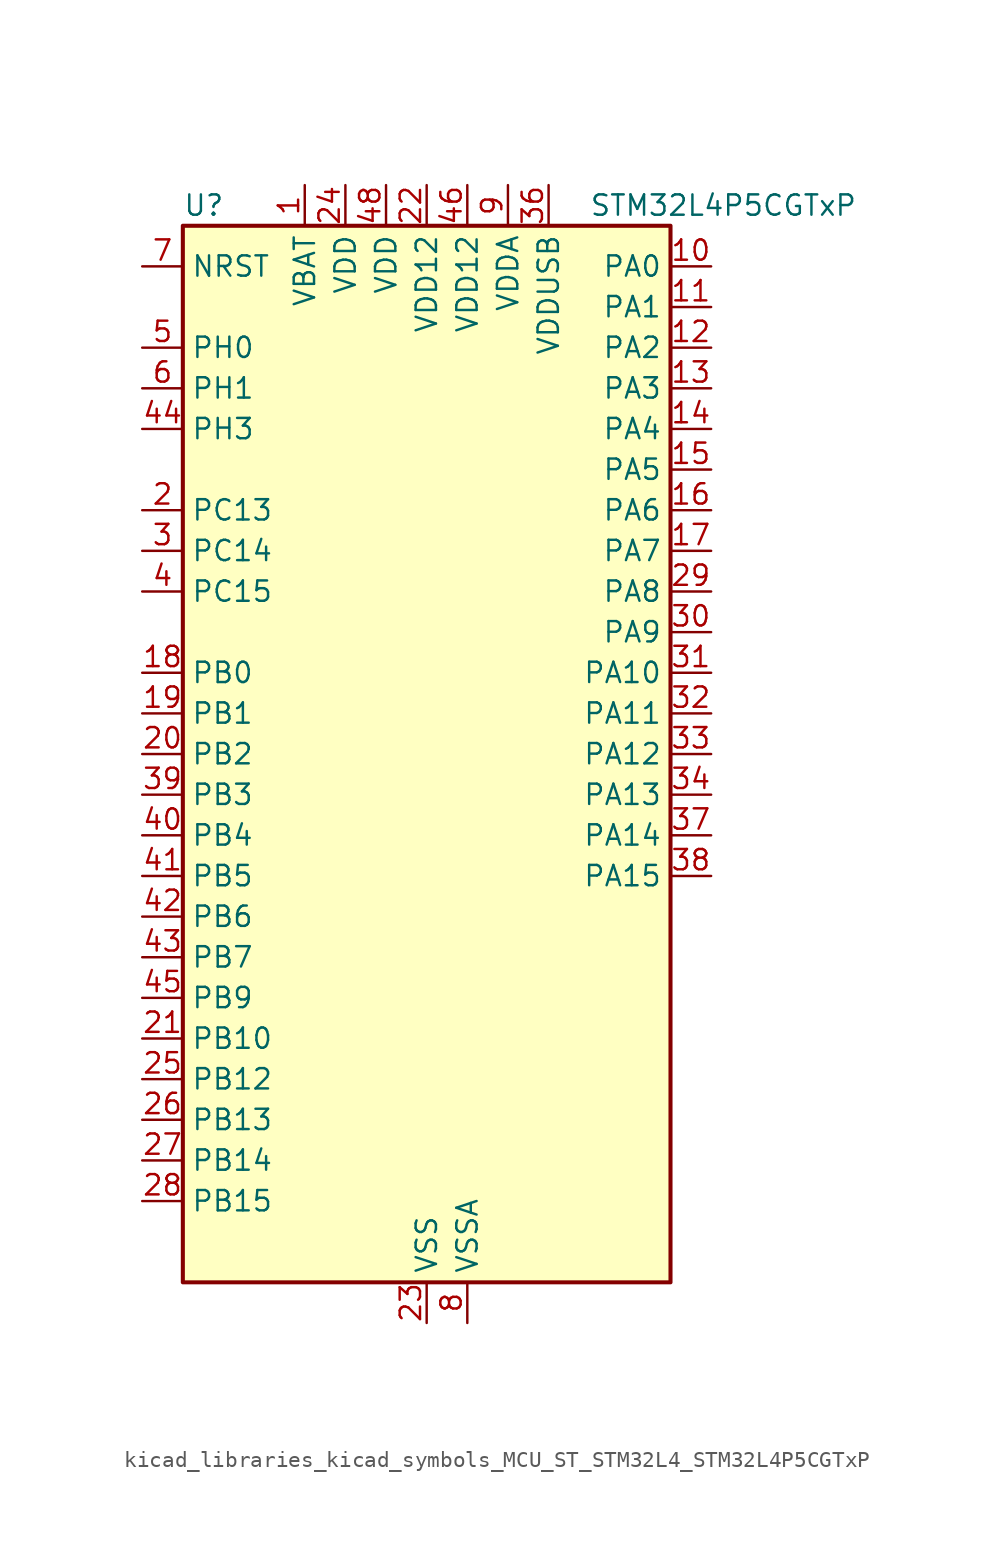
<source format=kicad_sym>
(kicad_symbol_lib
  (version 20220914)
  (generator kicad_symbol_editor)
  (symbol "kicad_libraries_kicad_symbols_MCU_ST_STM32L4_STM32L4P5CGTxP"
    (property "Reference" "U"
      (at -15.24 34.29 0)
      (effects (font (size 1.27 1.27)) (justify left)))
    (property "Value" "STM32L4P5CGTxP"
      (at 10.16 34.29 0)
      (effects (font (size 1.27 1.27)) (justify left)))
    (property "ki_locked" ""
      (at 0 0 0)
      (effects (font (size 1.27 1.27))))
    (symbol "kicad_libraries_kicad_symbols_MCU_ST_STM32L4_STM32L4P5CGTxP_0_1"
      (rectangle (start -15.24 -33.02) (end 15.24 33.02) (stroke (width 0.254) (type default)) (fill (type background))))
    (symbol "kicad_libraries_kicad_symbols_MCU_ST_STM32L4_STM32L4P5CGTxP_1_1"
      (pin power_in line (at -7.62 35.56 270) (length 2.54) (name "VBAT" (effects (font (size 1.27 1.27)))) (number "1" (effects (font (size 1.27 1.27)))))
      (pin bidirectional line (at 17.78 30.48 180) (length 2.54) (name "PA0" (effects (font (size 1.27 1.27)))) (number "10" (effects (font (size 1.27 1.27)))) (alternate "ADC1_IN5" bidirectional line) (alternate "ADC2_IN5" bidirectional line) (alternate "OPAMP1_VINP" bidirectional line) (alternate "RTC_TAMP2" bidirectional line) (alternate "SAI1_EXTCLK" bidirectional line) (alternate "SYS_WKUP1" bidirectional line) (alternate "TIM2_CH1" bidirectional line) (alternate "TIM2_ETR" bidirectional line) (alternate "TIM5_CH1" bidirectional line) (alternate "TIM8_ETR" bidirectional line) (alternate "UART4_TX" bidirectional line) (alternate "USART2_CTS" bidirectional line) (alternate "USART2_NSS" bidirectional line))
      (pin bidirectional line (at 17.78 27.94 180) (length 2.54) (name "PA1" (effects (font (size 1.27 1.27)))) (number "11" (effects (font (size 1.27 1.27)))) (alternate "ADC1_IN6" bidirectional line) (alternate "ADC2_IN6" bidirectional line) (alternate "I2C1_SMBA" bidirectional line) (alternate "OCTOSPIM_P1_DQS" bidirectional line) (alternate "OPAMP1_VINM" bidirectional line) (alternate "SDMMC2_CMD" bidirectional line) (alternate "SPI1_SCK" bidirectional line) (alternate "TIM15_CH1N" bidirectional line) (alternate "TIM2_CH2" bidirectional line) (alternate "TIM5_CH2" bidirectional line) (alternate "UART4_RX" bidirectional line) (alternate "USART2_DE" bidirectional line) (alternate "USART2_RTS" bidirectional line))
      (pin bidirectional line (at 17.78 25.4 180) (length 2.54) (name "PA2" (effects (font (size 1.27 1.27)))) (number "12" (effects (font (size 1.27 1.27)))) (alternate "ADC1_IN7" bidirectional line) (alternate "ADC2_IN7" bidirectional line) (alternate "LPUART1_TX" bidirectional line) (alternate "OCTOSPIM_P1_NCS" bidirectional line) (alternate "RCC_LSCO" bidirectional line) (alternate "SAI2_EXTCLK" bidirectional line) (alternate "SYS_WKUP4" bidirectional line) (alternate "TIM15_CH1" bidirectional line) (alternate "TIM2_CH3" bidirectional line) (alternate "TIM5_CH3" bidirectional line) (alternate "USART2_TX" bidirectional line))
      (pin bidirectional line (at 17.78 22.86 180) (length 2.54) (name "PA3" (effects (font (size 1.27 1.27)))) (number "13" (effects (font (size 1.27 1.27)))) (alternate "ADC1_IN8" bidirectional line) (alternate "ADC2_IN8" bidirectional line) (alternate "LPUART1_RX" bidirectional line) (alternate "OCTOSPIM_P1_CLK" bidirectional line) (alternate "OPAMP1_VOUT" bidirectional line) (alternate "SAI1_CK1" bidirectional line) (alternate "SAI1_MCLK_A" bidirectional line) (alternate "TIM15_CH2" bidirectional line) (alternate "TIM2_CH4" bidirectional line) (alternate "TIM5_CH4" bidirectional line) (alternate "USART2_RX" bidirectional line))
      (pin bidirectional line (at 17.78 20.32 180) (length 2.54) (name "PA4" (effects (font (size 1.27 1.27)))) (number "14" (effects (font (size 1.27 1.27)))) (alternate "ADC1_IN9" bidirectional line) (alternate "ADC2_IN9" bidirectional line) (alternate "DAC1_OUT1" bidirectional line) (alternate "LPTIM2_OUT" bidirectional line) (alternate "LTDC_CLK" bidirectional line) (alternate "OCTOSPIM_P1_NCS" bidirectional line) (alternate "SAI1_FS_B" bidirectional line) (alternate "SPI1_NSS" bidirectional line) (alternate "SPI3_NSS" bidirectional line) (alternate "USART2_CK" bidirectional line))
      (pin bidirectional line (at 17.78 17.78 180) (length 2.54) (name "PA5" (effects (font (size 1.27 1.27)))) (number "15" (effects (font (size 1.27 1.27)))) (alternate "ADC1_IN10" bidirectional line) (alternate "ADC2_IN10" bidirectional line) (alternate "DAC1_OUT2" bidirectional line) (alternate "LPTIM2_ETR" bidirectional line) (alternate "LTDC_R7" bidirectional line) (alternate "SPI1_SCK" bidirectional line) (alternate "TIM2_CH1" bidirectional line) (alternate "TIM2_ETR" bidirectional line) (alternate "TIM8_CH1N" bidirectional line))
      (pin bidirectional line (at 17.78 15.24 180) (length 2.54) (name "PA6" (effects (font (size 1.27 1.27)))) (number "16" (effects (font (size 1.27 1.27)))) (alternate "ADC1_IN11" bidirectional line) (alternate "ADC2_IN11" bidirectional line) (alternate "LPUART1_CTS" bidirectional line) (alternate "OCTOSPIM_P1_IO3" bidirectional line) (alternate "OPAMP2_VINP" bidirectional line) (alternate "SPI1_MISO" bidirectional line) (alternate "TIM16_CH1" bidirectional line) (alternate "TIM1_BKIN" bidirectional line) (alternate "TIM3_CH1" bidirectional line) (alternate "TIM8_BKIN" bidirectional line) (alternate "USART3_CTS" bidirectional line) (alternate "USART3_NSS" bidirectional line))
      (pin bidirectional line (at 17.78 12.7 180) (length 2.54) (name "PA7" (effects (font (size 1.27 1.27)))) (number "17" (effects (font (size 1.27 1.27)))) (alternate "ADC1_IN12" bidirectional line) (alternate "ADC2_IN12" bidirectional line) (alternate "I2C3_SCL" bidirectional line) (alternate "OCTOSPIM_P1_IO2" bidirectional line) (alternate "OPAMP2_VINM" bidirectional line) (alternate "SPI1_MOSI" bidirectional line) (alternate "TIM17_CH1" bidirectional line) (alternate "TIM1_CH1N" bidirectional line) (alternate "TIM3_CH2" bidirectional line) (alternate "TIM8_CH1N" bidirectional line))
      (pin bidirectional line (at -17.78 5.08 0) (length 2.54) (name "PB0" (effects (font (size 1.27 1.27)))) (number "18" (effects (font (size 1.27 1.27)))) (alternate "ADC1_IN15" bidirectional line) (alternate "ADC2_IN15" bidirectional line) (alternate "COMP1_OUT" bidirectional line) (alternate "LTDC_B6" bidirectional line) (alternate "OCTOSPIM_P1_IO1" bidirectional line) (alternate "OPAMP2_VOUT" bidirectional line) (alternate "SAI1_EXTCLK" bidirectional line) (alternate "SPI1_NSS" bidirectional line) (alternate "TIM1_CH2N" bidirectional line) (alternate "TIM3_CH3" bidirectional line) (alternate "TIM8_CH2N" bidirectional line) (alternate "USART3_CK" bidirectional line))
      (pin bidirectional line (at -17.78 2.54 0) (length 2.54) (name "PB1" (effects (font (size 1.27 1.27)))) (number "19" (effects (font (size 1.27 1.27)))) (alternate "ADC1_IN16" bidirectional line) (alternate "ADC2_IN16" bidirectional line) (alternate "COMP1_INM" bidirectional line) (alternate "DFSDM1_DATIN0" bidirectional line) (alternate "LPTIM2_IN1" bidirectional line) (alternate "LPUART1_DE" bidirectional line) (alternate "LPUART1_RTS" bidirectional line) (alternate "LTDC_G6" bidirectional line) (alternate "OCTOSPIM_P1_IO0" bidirectional line) (alternate "TIM1_CH3N" bidirectional line) (alternate "TIM3_CH4" bidirectional line) (alternate "TIM8_CH3N" bidirectional line) (alternate "USART3_DE" bidirectional line) (alternate "USART3_RTS" bidirectional line))
      (pin bidirectional line (at -17.78 15.24 0) (length 2.54) (name "PC13" (effects (font (size 1.27 1.27)))) (number "2" (effects (font (size 1.27 1.27)))) (alternate "RTC_OUT1" bidirectional line) (alternate "RTC_TAMP1" bidirectional line) (alternate "RTC_TS" bidirectional line) (alternate "SYS_WKUP2" bidirectional line))
      (pin bidirectional line (at -17.78 0 0) (length 2.54) (name "PB2" (effects (font (size 1.27 1.27)))) (number "20" (effects (font (size 1.27 1.27)))) (alternate "COMP1_INP" bidirectional line) (alternate "DFSDM1_CKIN0" bidirectional line) (alternate "I2C3_SMBA" bidirectional line) (alternate "LPTIM1_OUT" bidirectional line) (alternate "OCTOSPIM_P1_DQS" bidirectional line) (alternate "RTC_OUT2" bidirectional line))
      (pin bidirectional line (at -17.78 -17.78 0) (length 2.54) (name "PB10" (effects (font (size 1.27 1.27)))) (number "21" (effects (font (size 1.27 1.27)))) (alternate "COMP1_OUT" bidirectional line) (alternate "I2C2_SCL" bidirectional line) (alternate "I2C4_SCL" bidirectional line) (alternate "LPUART1_RX" bidirectional line) (alternate "OCTOSPIM_P1_CLK" bidirectional line) (alternate "OCTOSPIM_P1_IO3" bidirectional line) (alternate "SAI1_SCK_A" bidirectional line) (alternate "SPI2_SCK" bidirectional line) (alternate "TIM2_CH3" bidirectional line) (alternate "TSC_SYNC" bidirectional line) (alternate "USART3_TX" bidirectional line))
      (pin power_in line (at 0 35.56 270) (length 2.54) (name "VDD12" (effects (font (size 1.27 1.27)))) (number "22" (effects (font (size 1.27 1.27)))))
      (pin power_in line (at 0 -35.56 90) (length 2.54) (name "VSS" (effects (font (size 1.27 1.27)))) (number "23" (effects (font (size 1.27 1.27)))))
      (pin power_in line (at -5.08 35.56 270) (length 2.54) (name "VDD" (effects (font (size 1.27 1.27)))) (number "24" (effects (font (size 1.27 1.27)))))
      (pin bidirectional line (at -17.78 -20.32 0) (length 2.54) (name "PB12" (effects (font (size 1.27 1.27)))) (number "25" (effects (font (size 1.27 1.27)))) (alternate "DFSDM1_DATIN1" bidirectional line) (alternate "I2C2_SMBA" bidirectional line) (alternate "LPUART1_DE" bidirectional line) (alternate "LPUART1_RTS" bidirectional line) (alternate "OCTOSPIM_P1_NCLK" bidirectional line) (alternate "SAI2_FS_A" bidirectional line) (alternate "SDMMC2_CK" bidirectional line) (alternate "SPI2_NSS" bidirectional line) (alternate "TIM15_BKIN" bidirectional line) (alternate "TIM1_BKIN" bidirectional line) (alternate "TSC_G1_IO1" bidirectional line) (alternate "USART3_CK" bidirectional line))
      (pin bidirectional line (at -17.78 -22.86 0) (length 2.54) (name "PB13" (effects (font (size 1.27 1.27)))) (number "26" (effects (font (size 1.27 1.27)))) (alternate "DFSDM1_CKIN1" bidirectional line) (alternate "I2C2_SCL" bidirectional line) (alternate "LPUART1_CTS" bidirectional line) (alternate "OCTOSPIM_P1_IO1" bidirectional line) (alternate "SAI2_SCK_A" bidirectional line) (alternate "SPI2_SCK" bidirectional line) (alternate "TIM15_CH1N" bidirectional line) (alternate "TIM1_CH1N" bidirectional line) (alternate "TSC_G1_IO2" bidirectional line) (alternate "USART3_CTS" bidirectional line) (alternate "USART3_NSS" bidirectional line))
      (pin bidirectional line (at -17.78 -25.4 0) (length 2.54) (name "PB14" (effects (font (size 1.27 1.27)))) (number "27" (effects (font (size 1.27 1.27)))) (alternate "DFSDM1_DATIN2" bidirectional line) (alternate "I2C2_SDA" bidirectional line) (alternate "OCTOSPIM_P1_IO6" bidirectional line) (alternate "SAI2_MCLK_A" bidirectional line) (alternate "SDMMC2_D0" bidirectional line) (alternate "SPI2_MISO" bidirectional line) (alternate "TIM15_CH1" bidirectional line) (alternate "TIM1_CH2N" bidirectional line) (alternate "TIM8_CH2N" bidirectional line) (alternate "TSC_G1_IO3" bidirectional line) (alternate "USART3_DE" bidirectional line) (alternate "USART3_RTS" bidirectional line))
      (pin bidirectional line (at -17.78 -27.94 0) (length 2.54) (name "PB15" (effects (font (size 1.27 1.27)))) (number "28" (effects (font (size 1.27 1.27)))) (alternate "ADC1_EXTI15" bidirectional line) (alternate "ADC2_EXTI15" bidirectional line) (alternate "DFSDM1_CKIN2" bidirectional line) (alternate "OCTOSPIM_P1_IO7" bidirectional line) (alternate "RTC_REFIN" bidirectional line) (alternate "SAI2_SD_A" bidirectional line) (alternate "SDMMC2_D1" bidirectional line) (alternate "SPI2_MOSI" bidirectional line) (alternate "TIM15_CH2" bidirectional line) (alternate "TIM1_CH3N" bidirectional line) (alternate "TIM8_CH3N" bidirectional line) (alternate "TSC_G1_IO4" bidirectional line))
      (pin bidirectional line (at 17.78 10.16 180) (length 2.54) (name "PA8" (effects (font (size 1.27 1.27)))) (number "29" (effects (font (size 1.27 1.27)))) (alternate "LPTIM2_OUT" bidirectional line) (alternate "LTDC_B7" bidirectional line) (alternate "RCC_MCO" bidirectional line) (alternate "SAI1_CK2" bidirectional line) (alternate "SAI1_SCK_A" bidirectional line) (alternate "TIM1_CH1" bidirectional line) (alternate "USART1_CK" bidirectional line) (alternate "USB_OTG_FS_SOF" bidirectional line))
      (pin bidirectional line (at -17.78 12.7 0) (length 2.54) (name "PC14" (effects (font (size 1.27 1.27)))) (number "3" (effects (font (size 1.27 1.27)))) (alternate "RCC_OSC32_IN" bidirectional line))
      (pin bidirectional line (at 17.78 7.62 180) (length 2.54) (name "PA9" (effects (font (size 1.27 1.27)))) (number "30" (effects (font (size 1.27 1.27)))) (alternate "DAC1_EXTI9" bidirectional line) (alternate "LTDC_G7" bidirectional line) (alternate "SAI1_FS_A" bidirectional line) (alternate "SPI2_SCK" bidirectional line) (alternate "TIM15_BKIN" bidirectional line) (alternate "TIM1_CH2" bidirectional line) (alternate "USART1_TX" bidirectional line) (alternate "USB_OTG_FS_VBUS" bidirectional line))
      (pin bidirectional line (at 17.78 5.08 180) (length 2.54) (name "PA10" (effects (font (size 1.27 1.27)))) (number "31" (effects (font (size 1.27 1.27)))) (alternate "LTDC_G6" bidirectional line) (alternate "SAI1_D1" bidirectional line) (alternate "SAI1_SD_A" bidirectional line) (alternate "TIM17_BKIN" bidirectional line) (alternate "TIM1_CH3" bidirectional line) (alternate "USART1_RX" bidirectional line) (alternate "USB_OTG_FS_ID" bidirectional line))
      (pin bidirectional line (at 17.78 2.54 180) (length 2.54) (name "PA11" (effects (font (size 1.27 1.27)))) (number "32" (effects (font (size 1.27 1.27)))) (alternate "ADC1_EXTI11" bidirectional line) (alternate "ADC2_EXTI11" bidirectional line) (alternate "CAN1_RX" bidirectional line) (alternate "LTDC_DE" bidirectional line) (alternate "SPI1_MISO" bidirectional line) (alternate "TIM1_BKIN2" bidirectional line) (alternate "TIM1_CH4" bidirectional line) (alternate "USART1_CTS" bidirectional line) (alternate "USART1_NSS" bidirectional line) (alternate "USB_OTG_FS_DM" bidirectional line))
      (pin bidirectional line (at 17.78 0 180) (length 2.54) (name "PA12" (effects (font (size 1.27 1.27)))) (number "33" (effects (font (size 1.27 1.27)))) (alternate "CAN1_TX" bidirectional line) (alternate "LTDC_VSYNC" bidirectional line) (alternate "OCTOSPIM_P2_NCS" bidirectional line) (alternate "SPI1_MOSI" bidirectional line) (alternate "TIM1_ETR" bidirectional line) (alternate "USART1_DE" bidirectional line) (alternate "USART1_RTS" bidirectional line) (alternate "USB_OTG_FS_DP" bidirectional line))
      (pin bidirectional line (at 17.78 -2.54 180) (length 2.54) (name "PA13" (effects (font (size 1.27 1.27)))) (number "34" (effects (font (size 1.27 1.27)))) (alternate "IR_OUT" bidirectional line) (alternate "SAI1_SD_B" bidirectional line) (alternate "SYS_JTMS-SWDIO" bidirectional line) (alternate "USB_OTG_FS_NOE" bidirectional line))
      (pin passive line (at 0 -35.56 90) (length 2.54) hide (name "VSS" (effects (font (size 1.27 1.27)))) (number "35" (effects (font (size 1.27 1.27)))))
      (pin power_in line (at 7.62 35.56 270) (length 2.54) (name "VDDUSB" (effects (font (size 1.27 1.27)))) (number "36" (effects (font (size 1.27 1.27)))))
      (pin bidirectional line (at 17.78 -5.08 180) (length 2.54) (name "PA14" (effects (font (size 1.27 1.27)))) (number "37" (effects (font (size 1.27 1.27)))) (alternate "I2C1_SMBA" bidirectional line) (alternate "I2C4_SMBA" bidirectional line) (alternate "LPTIM1_OUT" bidirectional line) (alternate "SAI1_FS_B" bidirectional line) (alternate "SYS_JTCK-SWCLK" bidirectional line) (alternate "USB_OTG_FS_SOF" bidirectional line))
      (pin bidirectional line (at 17.78 -7.62 180) (length 2.54) (name "PA15" (effects (font (size 1.27 1.27)))) (number "38" (effects (font (size 1.27 1.27)))) (alternate "ADC1_EXTI15" bidirectional line) (alternate "ADC2_EXTI15" bidirectional line) (alternate "LTDC_HSYNC" bidirectional line) (alternate "SAI2_FS_B" bidirectional line) (alternate "SPI1_NSS" bidirectional line) (alternate "SPI3_NSS" bidirectional line) (alternate "SYS_JTDI" bidirectional line) (alternate "TIM2_CH1" bidirectional line) (alternate "TIM2_ETR" bidirectional line) (alternate "TSC_G3_IO1" bidirectional line) (alternate "UART4_DE" bidirectional line) (alternate "UART4_RTS" bidirectional line) (alternate "USART2_RX" bidirectional line) (alternate "USART3_DE" bidirectional line) (alternate "USART3_RTS" bidirectional line))
      (pin bidirectional line (at -17.78 -2.54 0) (length 2.54) (name "PB3" (effects (font (size 1.27 1.27)))) (number "39" (effects (font (size 1.27 1.27)))) (alternate "COMP2_INM" bidirectional line) (alternate "CRS_SYNC" bidirectional line) (alternate "OCTOSPIM_P1_IO4" bidirectional line) (alternate "SAI1_SCK_B" bidirectional line) (alternate "SDMMC2_D2" bidirectional line) (alternate "SPI1_SCK" bidirectional line) (alternate "SPI3_SCK" bidirectional line) (alternate "SYS_JTDO-SWO" bidirectional line) (alternate "TIM2_CH2" bidirectional line) (alternate "USART1_DE" bidirectional line) (alternate "USART1_RTS" bidirectional line))
      (pin bidirectional line (at -17.78 10.16 0) (length 2.54) (name "PC15" (effects (font (size 1.27 1.27)))) (number "4" (effects (font (size 1.27 1.27)))) (alternate "ADC1_EXTI15" bidirectional line) (alternate "ADC2_EXTI15" bidirectional line) (alternate "RCC_OSC32_OUT" bidirectional line))
      (pin bidirectional line (at -17.78 -5.08 0) (length 2.54) (name "PB4" (effects (font (size 1.27 1.27)))) (number "40" (effects (font (size 1.27 1.27)))) (alternate "COMP2_INP" bidirectional line) (alternate "I2C3_SDA" bidirectional line) (alternate "OCTOSPIM_P1_IO5" bidirectional line) (alternate "SAI1_MCLK_B" bidirectional line) (alternate "SDMMC2_D3" bidirectional line) (alternate "SPI1_MISO" bidirectional line) (alternate "SPI3_MISO" bidirectional line) (alternate "SYS_JTRST" bidirectional line) (alternate "TIM17_BKIN" bidirectional line) (alternate "TIM3_CH1" bidirectional line) (alternate "TSC_G2_IO1" bidirectional line) (alternate "USART1_CTS" bidirectional line) (alternate "USART1_NSS" bidirectional line))
      (pin bidirectional line (at -17.78 -7.62 0) (length 2.54) (name "PB5" (effects (font (size 1.27 1.27)))) (number "41" (effects (font (size 1.27 1.27)))) (alternate "COMP2_OUT" bidirectional line) (alternate "I2C1_SMBA" bidirectional line) (alternate "LPTIM1_IN1" bidirectional line) (alternate "OCTOSPIM_P1_IO0" bidirectional line) (alternate "SAI1_SD_B" bidirectional line) (alternate "SPI1_MOSI" bidirectional line) (alternate "SPI3_MOSI" bidirectional line) (alternate "TIM16_BKIN" bidirectional line) (alternate "TIM3_CH2" bidirectional line) (alternate "TSC_G2_IO2" bidirectional line) (alternate "USART1_CK" bidirectional line))
      (pin bidirectional line (at -17.78 -10.16 0) (length 2.54) (name "PB6" (effects (font (size 1.27 1.27)))) (number "42" (effects (font (size 1.27 1.27)))) (alternate "COMP2_INP" bidirectional line) (alternate "I2C1_SCL" bidirectional line) (alternate "I2C4_SCL" bidirectional line) (alternate "LPTIM1_ETR" bidirectional line) (alternate "LTDC_R6" bidirectional line) (alternate "SAI1_FS_B" bidirectional line) (alternate "TIM16_CH1N" bidirectional line) (alternate "TIM4_CH1" bidirectional line) (alternate "TIM8_BKIN2" bidirectional line) (alternate "TSC_G2_IO3" bidirectional line) (alternate "USART1_TX" bidirectional line))
      (pin bidirectional line (at -17.78 -12.7 0) (length 2.54) (name "PB7" (effects (font (size 1.27 1.27)))) (number "43" (effects (font (size 1.27 1.27)))) (alternate "COMP2_INM" bidirectional line) (alternate "I2C1_SDA" bidirectional line) (alternate "I2C4_SDA" bidirectional line) (alternate "LPTIM1_IN2" bidirectional line) (alternate "LTDC_VSYNC" bidirectional line) (alternate "SYS_PVD_IN" bidirectional line) (alternate "TIM17_CH1N" bidirectional line) (alternate "TIM4_CH2" bidirectional line) (alternate "TIM8_BKIN" bidirectional line) (alternate "TSC_G2_IO4" bidirectional line) (alternate "UART4_CTS" bidirectional line) (alternate "USART1_RX" bidirectional line))
      (pin bidirectional line (at -17.78 20.32 0) (length 2.54) (name "PH3" (effects (font (size 1.27 1.27)))) (number "44" (effects (font (size 1.27 1.27)))))
      (pin bidirectional line (at -17.78 -15.24 0) (length 2.54) (name "PB9" (effects (font (size 1.27 1.27)))) (number "45" (effects (font (size 1.27 1.27)))) (alternate "CAN1_TX" bidirectional line) (alternate "DAC1_EXTI9" bidirectional line) (alternate "I2C1_SDA" bidirectional line) (alternate "IR_OUT" bidirectional line) (alternate "SAI1_D2" bidirectional line) (alternate "SAI1_FS_A" bidirectional line) (alternate "SDMMC2_D5" bidirectional line) (alternate "SPI2_NSS" bidirectional line) (alternate "TIM17_CH1" bidirectional line) (alternate "TIM4_CH4" bidirectional line))
      (pin power_in line (at 2.54 35.56 270) (length 2.54) (name "VDD12" (effects (font (size 1.27 1.27)))) (number "46" (effects (font (size 1.27 1.27)))))
      (pin passive line (at 0 -35.56 90) (length 2.54) hide (name "VSS" (effects (font (size 1.27 1.27)))) (number "47" (effects (font (size 1.27 1.27)))))
      (pin power_in line (at -2.54 35.56 270) (length 2.54) (name "VDD" (effects (font (size 1.27 1.27)))) (number "48" (effects (font (size 1.27 1.27)))))
      (pin bidirectional line (at -17.78 25.4 0) (length 2.54) (name "PH0" (effects (font (size 1.27 1.27)))) (number "5" (effects (font (size 1.27 1.27)))) (alternate "RCC_OSC_IN" bidirectional line))
      (pin bidirectional line (at -17.78 22.86 0) (length 2.54) (name "PH1" (effects (font (size 1.27 1.27)))) (number "6" (effects (font (size 1.27 1.27)))) (alternate "RCC_OSC_OUT" bidirectional line))
      (pin input line (at -17.78 30.48 0) (length 2.54) (name "NRST" (effects (font (size 1.27 1.27)))) (number "7" (effects (font (size 1.27 1.27)))))
      (pin power_in line (at 2.54 -35.56 90) (length 2.54) (name "VSSA" (effects (font (size 1.27 1.27)))) (number "8" (effects (font (size 1.27 1.27)))))
      (pin power_in line (at 5.08 35.56 270) (length 2.54) (name "VDDA" (effects (font (size 1.27 1.27)))) (number "9" (effects (font (size 1.27 1.27))))))))
</source>
